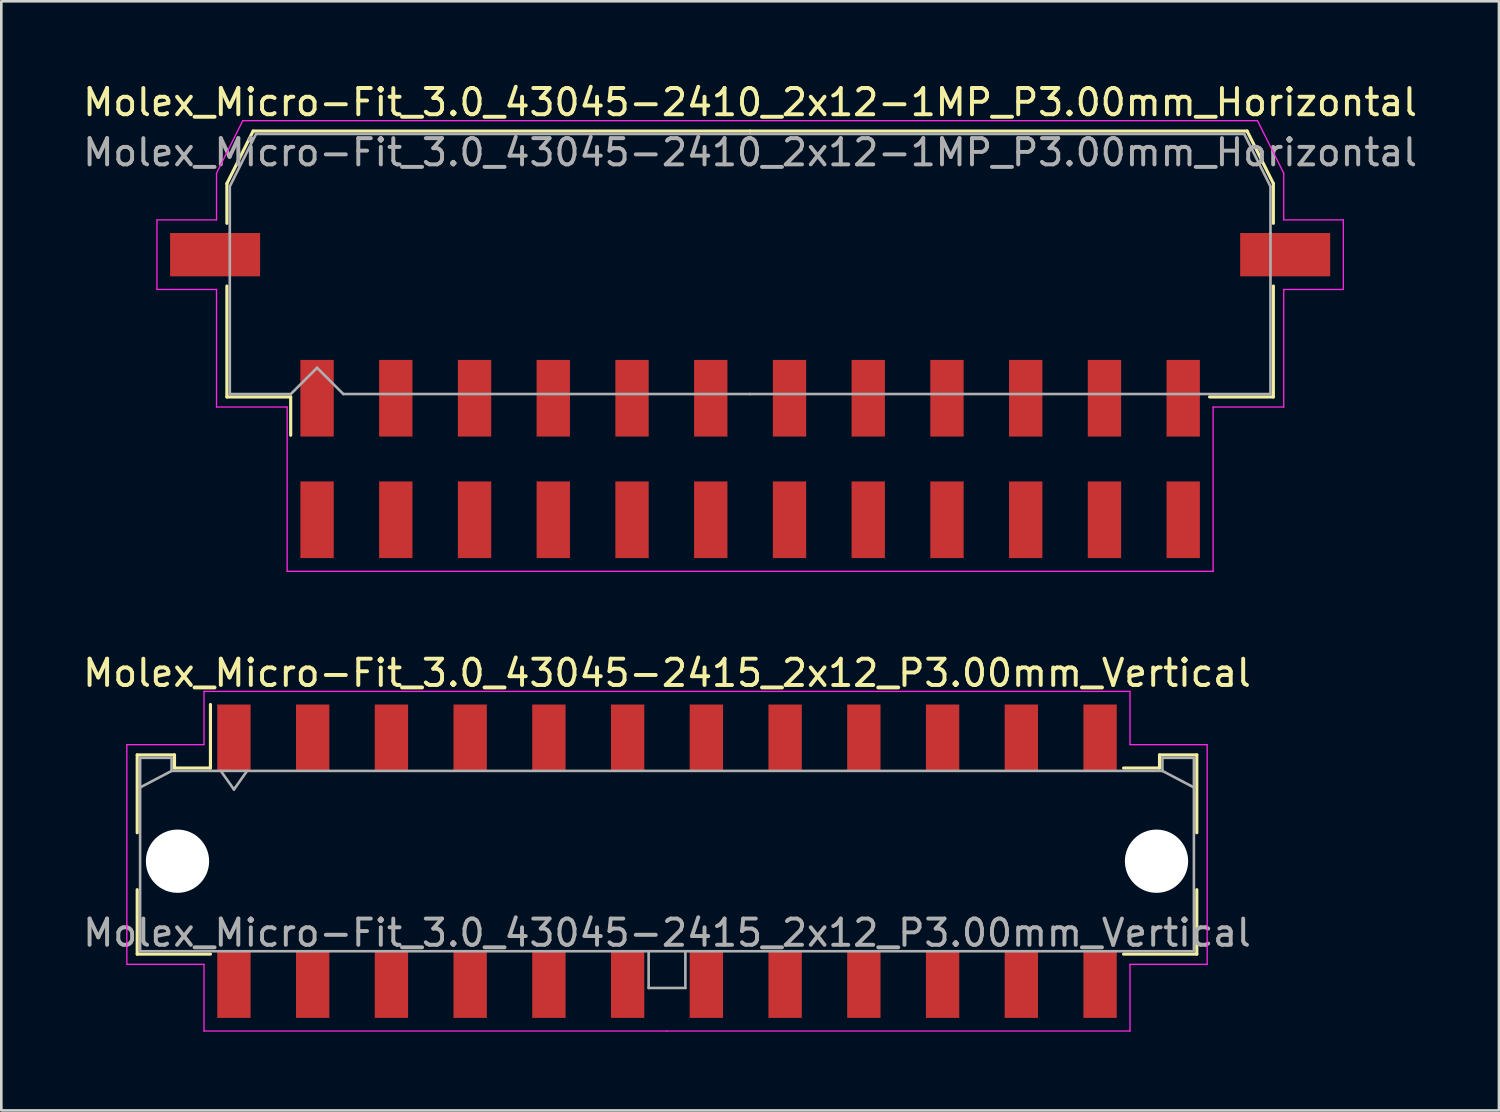
<source format=kicad_pcb>
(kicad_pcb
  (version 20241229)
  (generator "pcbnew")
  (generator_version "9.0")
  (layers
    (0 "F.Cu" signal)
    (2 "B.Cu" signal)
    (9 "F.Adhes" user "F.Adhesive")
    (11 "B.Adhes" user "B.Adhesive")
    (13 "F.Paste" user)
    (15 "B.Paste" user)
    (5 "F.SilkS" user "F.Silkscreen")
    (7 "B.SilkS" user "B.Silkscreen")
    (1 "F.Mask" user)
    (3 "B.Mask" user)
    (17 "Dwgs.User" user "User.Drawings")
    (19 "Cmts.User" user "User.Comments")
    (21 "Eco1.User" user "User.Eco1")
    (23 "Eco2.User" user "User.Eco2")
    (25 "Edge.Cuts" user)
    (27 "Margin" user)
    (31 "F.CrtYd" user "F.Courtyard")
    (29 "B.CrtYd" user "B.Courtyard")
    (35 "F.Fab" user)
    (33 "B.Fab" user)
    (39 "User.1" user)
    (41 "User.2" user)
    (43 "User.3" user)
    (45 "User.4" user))
  (footprint "Molex_Micro-Fit_3.0_43045-2410_2x12-1MP_P3.00mm_Horizontal"
    (layer "F.Cu")
    (at 25.53 14.438)
    (property "Reference" "Molex_Micro-Fit_3.0_43045-2410_2x12-1MP_P3.00mm_Horizontal" (at 0 -13.59 0) (layer "F.SilkS") (effects (font (size 1 1) (thickness 0.15))))
    (attr smd)
    (fp_line (start -19.935 -10.495) (end -19.935 -8.98) (stroke (width 0.12) (type solid)) (layer "F.SilkS"))
    (fp_line (start -19.935 -6.59) (end -19.935 -2.365) (stroke (width 0.12) (type solid)) (layer "F.SilkS"))
    (fp_line (start -19.935 -2.365) (end -17.505 -2.365) (stroke (width 0.12) (type solid)) (layer "F.SilkS"))
    (fp_line (start -18.935 -12.495) (end -19.935 -10.495) (stroke (width 0.12) (type solid)) (layer "F.SilkS"))
    (fp_line (start -17.505 -2.365) (end -17.505 -0.905) (stroke (width 0.12) (type solid)) (layer "F.SilkS"))
    (fp_line (start 0 -12.495) (end -18.935 -12.495) (stroke (width 0.12) (type solid)) (layer "F.SilkS"))
    (fp_line (start 0 -12.495) (end 18.935 -12.495) (stroke (width 0.12) (type solid)) (layer "F.SilkS"))
    (fp_line (start 18.935 -12.495) (end 19.935 -10.495) (stroke (width 0.12) (type solid)) (layer "F.SilkS"))
    (fp_line (start 19.935 -10.495) (end 19.935 -8.98) (stroke (width 0.12) (type solid)) (layer "F.SilkS"))
    (fp_line (start 19.935 -6.59) (end 19.935 -2.365) (stroke (width 0.12) (type solid)) (layer "F.SilkS"))
    (fp_line (start 19.935 -2.365) (end 17.505 -2.365) (stroke (width 0.12) (type solid)) (layer "F.SilkS"))
    (fp_line (start -22.6 -9.11) (end -22.6 -6.46) (stroke (width 0.05) (type solid)) (layer "F.CrtYd"))
    (fp_line (start -22.6 -6.46) (end -20.33 -6.46) (stroke (width 0.05) (type solid)) (layer "F.CrtYd"))
    (fp_line (start -20.33 -10.89) (end -20.33 -9.11) (stroke (width 0.05) (type solid)) (layer "F.CrtYd"))
    (fp_line (start -20.33 -9.11) (end -22.6 -9.11) (stroke (width 0.05) (type solid)) (layer "F.CrtYd"))
    (fp_line (start -20.33 -6.46) (end -20.33 -1.98) (stroke (width 0.05) (type solid)) (layer "F.CrtYd"))
    (fp_line (start -20.33 -1.98) (end -17.64 -1.98) (stroke (width 0.05) (type solid)) (layer "F.CrtYd"))
    (fp_line (start -19.33 -12.89) (end -20.33 -10.89) (stroke (width 0.05) (type solid)) (layer "F.CrtYd"))
    (fp_line (start -17.64 -1.98) (end -17.64 4.28) (stroke (width 0.05) (type solid)) (layer "F.CrtYd"))
    (fp_line (start -17.64 4.28) (end 0 4.28) (stroke (width 0.05) (type solid)) (layer "F.CrtYd"))
    (fp_line (start 0 -12.89) (end -19.33 -12.89) (stroke (width 0.05) (type solid)) (layer "F.CrtYd"))
    (fp_line (start 0 -12.89) (end 19.33 -12.89) (stroke (width 0.05) (type solid)) (layer "F.CrtYd"))
    (fp_line (start 17.64 -1.98) (end 17.64 4.28) (stroke (width 0.05) (type solid)) (layer "F.CrtYd"))
    (fp_line (start 17.64 4.28) (end 0 4.28) (stroke (width 0.05) (type solid)) (layer "F.CrtYd"))
    (fp_line (start 19.33 -12.89) (end 20.33 -10.89) (stroke (width 0.05) (type solid)) (layer "F.CrtYd"))
    (fp_line (start 20.33 -10.89) (end 20.33 -9.11) (stroke (width 0.05) (type solid)) (layer "F.CrtYd"))
    (fp_line (start 20.33 -9.11) (end 22.6 -9.11) (stroke (width 0.05) (type solid)) (layer "F.CrtYd"))
    (fp_line (start 20.33 -6.46) (end 20.33 -1.98) (stroke (width 0.05) (type solid)) (layer "F.CrtYd"))
    (fp_line (start 20.33 -1.98) (end 17.64 -1.98) (stroke (width 0.05) (type solid)) (layer "F.CrtYd"))
    (fp_line (start 22.6 -9.11) (end 22.6 -6.46) (stroke (width 0.05) (type solid)) (layer "F.CrtYd"))
    (fp_line (start 22.6 -6.46) (end 20.33 -6.46) (stroke (width 0.05) (type solid)) (layer "F.CrtYd"))
    (fp_line (start -19.825 -10.385) (end -19.825 -8.61) (stroke (width 0.1) (type solid)) (layer "F.Fab"))
    (fp_line (start -19.825 -8.61) (end -19.825 -2.475) (stroke (width 0.1) (type solid)) (layer "F.Fab"))
    (fp_line (start -19.825 -2.475) (end -17.5 -2.475) (stroke (width 0.1) (type solid)) (layer "F.Fab"))
    (fp_line (start -18.825 -12.385) (end -19.825 -10.385) (stroke (width 0.1) (type solid)) (layer "F.Fab"))
    (fp_line (start -17.5 -2.475) (end -16.5 -3.475) (stroke (width 0.1) (type solid)) (layer "F.Fab"))
    (fp_line (start -16.5 -3.475) (end -15.5 -2.475) (stroke (width 0.1) (type solid)) (layer "F.Fab"))
    (fp_line (start -15.5 -2.475) (end 0 -2.475) (stroke (width 0.1) (type solid)) (layer "F.Fab"))
    (fp_line (start 0 -12.385) (end -18.825 -12.385) (stroke (width 0.1) (type solid)) (layer "F.Fab"))
    (fp_line (start 0 -12.385) (end 18.825 -12.385) (stroke (width 0.1) (type solid)) (layer "F.Fab"))
    (fp_line (start 17.135 -2.475) (end 0 -2.475) (stroke (width 0.1) (type solid)) (layer "F.Fab"))
    (fp_line (start 18.825 -12.385) (end 19.825 -10.385) (stroke (width 0.1) (type solid)) (layer "F.Fab"))
    (fp_line (start 19.825 -10.385) (end 19.825 -8.61) (stroke (width 0.1) (type solid)) (layer "F.Fab"))
    (fp_line (start 19.825 -8.61) (end 19.825 -2.475) (stroke (width 0.1) (type solid)) (layer "F.Fab"))
    (fp_line (start 19.825 -2.475) (end 17.135 -2.475) (stroke (width 0.1) (type solid)) (layer "F.Fab"))
    (fp_text user "${REFERENCE}" (at 0 -11.68 0) (layer "F.Fab") (effects (font (size 1 1) (thickness 0.15))))
    (pad "1" smd rect (at -16.5 -2.315) (size 1.27 2.92) (layers "F.Cu" "F.Mask" "F.Paste"))
    (pad "2" smd rect (at -13.5 -2.315) (size 1.27 2.92) (layers "F.Cu" "F.Mask" "F.Paste"))
    (pad "3" smd rect (at -10.5 -2.315) (size 1.27 2.92) (layers "F.Cu" "F.Mask" "F.Paste"))
    (pad "4" smd rect (at -7.5 -2.315) (size 1.27 2.92) (layers "F.Cu" "F.Mask" "F.Paste"))
    (pad "5" smd rect (at -4.5 -2.315) (size 1.27 2.92) (layers "F.Cu" "F.Mask" "F.Paste"))
    (pad "6" smd rect (at -1.5 -2.315) (size 1.27 2.92) (layers "F.Cu" "F.Mask" "F.Paste"))
    (pad "7" smd rect (at 1.5 -2.315) (size 1.27 2.92) (layers "F.Cu" "F.Mask" "F.Paste"))
    (pad "8" smd rect (at 4.5 -2.315) (size 1.27 2.92) (layers "F.Cu" "F.Mask" "F.Paste"))
    (pad "9" smd rect (at 7.5 -2.315) (size 1.27 2.92) (layers "F.Cu" "F.Mask" "F.Paste"))
    (pad "10" smd rect (at 10.5 -2.315) (size 1.27 2.92) (layers "F.Cu" "F.Mask" "F.Paste"))
    (pad "11" smd rect (at 13.5 -2.315) (size 1.27 2.92) (layers "F.Cu" "F.Mask" "F.Paste"))
    (pad "12" smd rect (at 16.5 -2.315) (size 1.27 2.92) (layers "F.Cu" "F.Mask" "F.Paste"))
    (pad "13" smd rect (at -16.5 2.315) (size 1.27 2.92) (layers "F.Cu" "F.Mask" "F.Paste"))
    (pad "14" smd rect (at -13.5 2.315) (size 1.27 2.92) (layers "F.Cu" "F.Mask" "F.Paste"))
    (pad "15" smd rect (at -10.5 2.315) (size 1.27 2.92) (layers "F.Cu" "F.Mask" "F.Paste"))
    (pad "16" smd rect (at -7.5 2.315) (size 1.27 2.92) (layers "F.Cu" "F.Mask" "F.Paste"))
    (pad "17" smd rect (at -4.5 2.315) (size 1.27 2.92) (layers "F.Cu" "F.Mask" "F.Paste"))
    (pad "18" smd rect (at -1.5 2.315) (size 1.27 2.92) (layers "F.Cu" "F.Mask" "F.Paste"))
    (pad "19" smd rect (at 1.5 2.315) (size 1.27 2.92) (layers "F.Cu" "F.Mask" "F.Paste"))
    (pad "20" smd rect (at 4.5 2.315) (size 1.27 2.92) (layers "F.Cu" "F.Mask" "F.Paste"))
    (pad "21" smd rect (at 7.5 2.315) (size 1.27 2.92) (layers "F.Cu" "F.Mask" "F.Paste"))
    (pad "22" smd rect (at 10.5 2.315) (size 1.27 2.92) (layers "F.Cu" "F.Mask" "F.Paste"))
    (pad "23" smd rect (at 13.5 2.315) (size 1.27 2.92) (layers "F.Cu" "F.Mask" "F.Paste"))
    (pad "24" smd rect (at 16.5 2.315) (size 1.27 2.92) (layers "F.Cu" "F.Mask" "F.Paste"))
    (pad "MP" smd rect (at -20.385 -7.785) (size 3.43 1.65) (layers "F.Cu" "F.Mask" "F.Paste"))
    (pad "MP" smd rect (at 20.385 -7.785) (size 3.43 1.65) (layers "F.Cu" "F.Mask" "F.Paste")))
  (footprint "Molex_Micro-Fit_3.0_43045-2415_2x12_P3.00mm_Vertical"
    (layer "F.Cu")
    (at 22.363 29.762)
    (property "Reference" "Molex_Micro-Fit_3.0_43045-2415_2x12_P3.00mm_Vertical" (at 0 -7.17 0) (layer "F.SilkS") (effects (font (size 1 1) (thickness 0.15))))
    (attr smd)
    (fp_line (start -20.185 -4.05) (end -18.765 -4.05) (stroke (width 0.12) (type solid)) (layer "F.SilkS"))
    (fp_line (start -20.185 -1.085) (end -20.185 -4.05) (stroke (width 0.12) (type solid)) (layer "F.SilkS"))
    (fp_line (start -20.185 1.085) (end -20.185 3.54) (stroke (width 0.12) (type solid)) (layer "F.SilkS"))
    (fp_line (start -20.185 3.54) (end -17.395 3.54) (stroke (width 0.12) (type solid)) (layer "F.SilkS"))
    (fp_line (start -18.765 -4.05) (end -18.765 -3.55) (stroke (width 0.12) (type solid)) (layer "F.SilkS"))
    (fp_line (start -18.765 -3.55) (end -17.395 -3.55) (stroke (width 0.12) (type solid)) (layer "F.SilkS"))
    (fp_line (start -17.395 -3.55) (end -17.395 -5.97) (stroke (width 0.12) (type solid)) (layer "F.SilkS"))
    (fp_line (start 18.765 -4.05) (end 18.765 -3.55) (stroke (width 0.12) (type solid)) (layer "F.SilkS"))
    (fp_line (start 18.765 -3.55) (end 17.395 -3.55) (stroke (width 0.12) (type solid)) (layer "F.SilkS"))
    (fp_line (start 20.185 -4.05) (end 18.765 -4.05) (stroke (width 0.12) (type solid)) (layer "F.SilkS"))
    (fp_line (start 20.185 -1.085) (end 20.185 -4.05) (stroke (width 0.12) (type solid)) (layer "F.SilkS"))
    (fp_line (start 20.185 1.085) (end 20.185 3.54) (stroke (width 0.12) (type solid)) (layer "F.SilkS"))
    (fp_line (start 20.185 3.54) (end 17.395 3.54) (stroke (width 0.12) (type solid)) (layer "F.SilkS"))
    (fp_line (start -20.58 -4.44) (end -20.58 3.93) (stroke (width 0.05) (type solid)) (layer "F.CrtYd"))
    (fp_line (start -20.58 3.93) (end -17.64 3.93) (stroke (width 0.05) (type solid)) (layer "F.CrtYd"))
    (fp_line (start -17.64 -6.47) (end -17.64 -4.44) (stroke (width 0.05) (type solid)) (layer "F.CrtYd"))
    (fp_line (start -17.64 -4.44) (end -20.58 -4.44) (stroke (width 0.05) (type solid)) (layer "F.CrtYd"))
    (fp_line (start -17.64 3.93) (end -17.64 6.47) (stroke (width 0.05) (type solid)) (layer "F.CrtYd"))
    (fp_line (start -17.64 6.47) (end 0 6.47) (stroke (width 0.05) (type solid)) (layer "F.CrtYd"))
    (fp_line (start 0 -6.47) (end -17.64 -6.47) (stroke (width 0.05) (type solid)) (layer "F.CrtYd"))
    (fp_line (start 0 -6.47) (end 17.64 -6.47) (stroke (width 0.05) (type solid)) (layer "F.CrtYd"))
    (fp_line (start 17.64 -6.47) (end 17.64 -4.44) (stroke (width 0.05) (type solid)) (layer "F.CrtYd"))
    (fp_line (start 17.64 -4.44) (end 20.58 -4.44) (stroke (width 0.05) (type solid)) (layer "F.CrtYd"))
    (fp_line (start 17.64 3.93) (end 17.64 6.47) (stroke (width 0.05) (type solid)) (layer "F.CrtYd"))
    (fp_line (start 17.64 6.47) (end 0 6.47) (stroke (width 0.05) (type solid)) (layer "F.CrtYd"))
    (fp_line (start 20.58 -4.44) (end 20.58 3.93) (stroke (width 0.05) (type solid)) (layer "F.CrtYd"))
    (fp_line (start 20.58 3.93) (end 17.64 3.93) (stroke (width 0.05) (type solid)) (layer "F.CrtYd"))
    (fp_line (start -20.075 -3.94) (end -20.075 3.43) (stroke (width 0.1) (type solid)) (layer "F.Fab"))
    (fp_line (start -20.075 -2.81) (end -18.875 -3.44) (stroke (width 0.1) (type solid)) (layer "F.Fab"))
    (fp_line (start -20.075 3.43) (end 20.075 3.43) (stroke (width 0.1) (type solid)) (layer "F.Fab"))
    (fp_line (start -18.875 -3.94) (end -20.075 -3.94) (stroke (width 0.1) (type solid)) (layer "F.Fab"))
    (fp_line (start -18.875 -3.44) (end -18.875 -3.94) (stroke (width 0.1) (type solid)) (layer "F.Fab"))
    (fp_line (start -17 -3.44) (end -16.5 -2.733) (stroke (width 0.1) (type solid)) (layer "F.Fab"))
    (fp_line (start -16.5 -2.733) (end -16 -3.44) (stroke (width 0.1) (type solid)) (layer "F.Fab"))
    (fp_line (start -0.7 3.43) (end -0.7 4.83) (stroke (width 0.1) (type solid)) (layer "F.Fab"))
    (fp_line (start -0.7 4.83) (end 0.7 4.83) (stroke (width 0.1) (type solid)) (layer "F.Fab"))
    (fp_line (start 0.7 4.83) (end 0.7 3.43) (stroke (width 0.1) (type solid)) (layer "F.Fab"))
    (fp_line (start 18.875 -3.94) (end 18.875 -3.44) (stroke (width 0.1) (type solid)) (layer "F.Fab"))
    (fp_line (start 18.875 -3.44) (end -18.875 -3.44) (stroke (width 0.1) (type solid)) (layer "F.Fab"))
    (fp_line (start 20.075 -3.94) (end 18.875 -3.94) (stroke (width 0.1) (type solid)) (layer "F.Fab"))
    (fp_line (start 20.075 -2.81) (end 18.875 -3.44) (stroke (width 0.1) (type solid)) (layer "F.Fab"))
    (fp_line (start 20.075 3.43) (end 20.075 -3.94) (stroke (width 0.1) (type solid)) (layer "F.Fab"))
    (fp_text user "${REFERENCE}" (at 0 2.73 0) (layer "F.Fab") (effects (font (size 1 1) (thickness 0.15))))
    (pad "" np_thru_hole circle (at -18.65 0) (size 2.41 2.41) (drill 2.41) (layers "*.Cu" "*.Mask"))
    (pad "" np_thru_hole circle (at 18.65 0) (size 2.41 2.41) (drill 2.41) (layers "*.Cu" "*.Mask"))
    (pad "1" smd rect (at -16.5 -4.7) (size 1.27 2.54) (layers "F.Cu" "F.Mask" "F.Paste"))
    (pad "2" smd rect (at -13.5 -4.7) (size 1.27 2.54) (layers "F.Cu" "F.Mask" "F.Paste"))
    (pad "3" smd rect (at -10.5 -4.7) (size 1.27 2.54) (layers "F.Cu" "F.Mask" "F.Paste"))
    (pad "4" smd rect (at -7.5 -4.7) (size 1.27 2.54) (layers "F.Cu" "F.Mask" "F.Paste"))
    (pad "5" smd rect (at -4.5 -4.7) (size 1.27 2.54) (layers "F.Cu" "F.Mask" "F.Paste"))
    (pad "6" smd rect (at -1.5 -4.7) (size 1.27 2.54) (layers "F.Cu" "F.Mask" "F.Paste"))
    (pad "7" smd rect (at 1.5 -4.7) (size 1.27 2.54) (layers "F.Cu" "F.Mask" "F.Paste"))
    (pad "8" smd rect (at 4.5 -4.7) (size 1.27 2.54) (layers "F.Cu" "F.Mask" "F.Paste"))
    (pad "9" smd rect (at 7.5 -4.7) (size 1.27 2.54) (layers "F.Cu" "F.Mask" "F.Paste"))
    (pad "10" smd rect (at 10.5 -4.7) (size 1.27 2.54) (layers "F.Cu" "F.Mask" "F.Paste"))
    (pad "11" smd rect (at 13.5 -4.7) (size 1.27 2.54) (layers "F.Cu" "F.Mask" "F.Paste"))
    (pad "12" smd rect (at 16.5 -4.7) (size 1.27 2.54) (layers "F.Cu" "F.Mask" "F.Paste"))
    (pad "13" smd rect (at -16.5 4.7) (size 1.27 2.54) (layers "F.Cu" "F.Mask" "F.Paste"))
    (pad "14" smd rect (at -13.5 4.7) (size 1.27 2.54) (layers "F.Cu" "F.Mask" "F.Paste"))
    (pad "15" smd rect (at -10.5 4.7) (size 1.27 2.54) (layers "F.Cu" "F.Mask" "F.Paste"))
    (pad "16" smd rect (at -7.5 4.7) (size 1.27 2.54) (layers "F.Cu" "F.Mask" "F.Paste"))
    (pad "17" smd rect (at -4.5 4.7) (size 1.27 2.54) (layers "F.Cu" "F.Mask" "F.Paste"))
    (pad "18" smd rect (at -1.5 4.7) (size 1.27 2.54) (layers "F.Cu" "F.Mask" "F.Paste"))
    (pad "19" smd rect (at 1.5 4.7) (size 1.27 2.54) (layers "F.Cu" "F.Mask" "F.Paste"))
    (pad "20" smd rect (at 4.5 4.7) (size 1.27 2.54) (layers "F.Cu" "F.Mask" "F.Paste"))
    (pad "21" smd rect (at 7.5 4.7) (size 1.27 2.54) (layers "F.Cu" "F.Mask" "F.Paste"))
    (pad "22" smd rect (at 10.5 4.7) (size 1.27 2.54) (layers "F.Cu" "F.Mask" "F.Paste"))
    (pad "23" smd rect (at 13.5 4.7) (size 1.27 2.54) (layers "F.Cu" "F.Mask" "F.Paste"))
    (pad "24" smd rect (at 16.5 4.7) (size 1.27 2.54) (layers "F.Cu" "F.Mask" "F.Paste")))
  (gr_rect
    (start -3 -3)
    (end 54.06 39.257)
    (stroke (width 0.1) (type default))
    (fill no)
    (layer "Edge.Cuts")))
</source>
